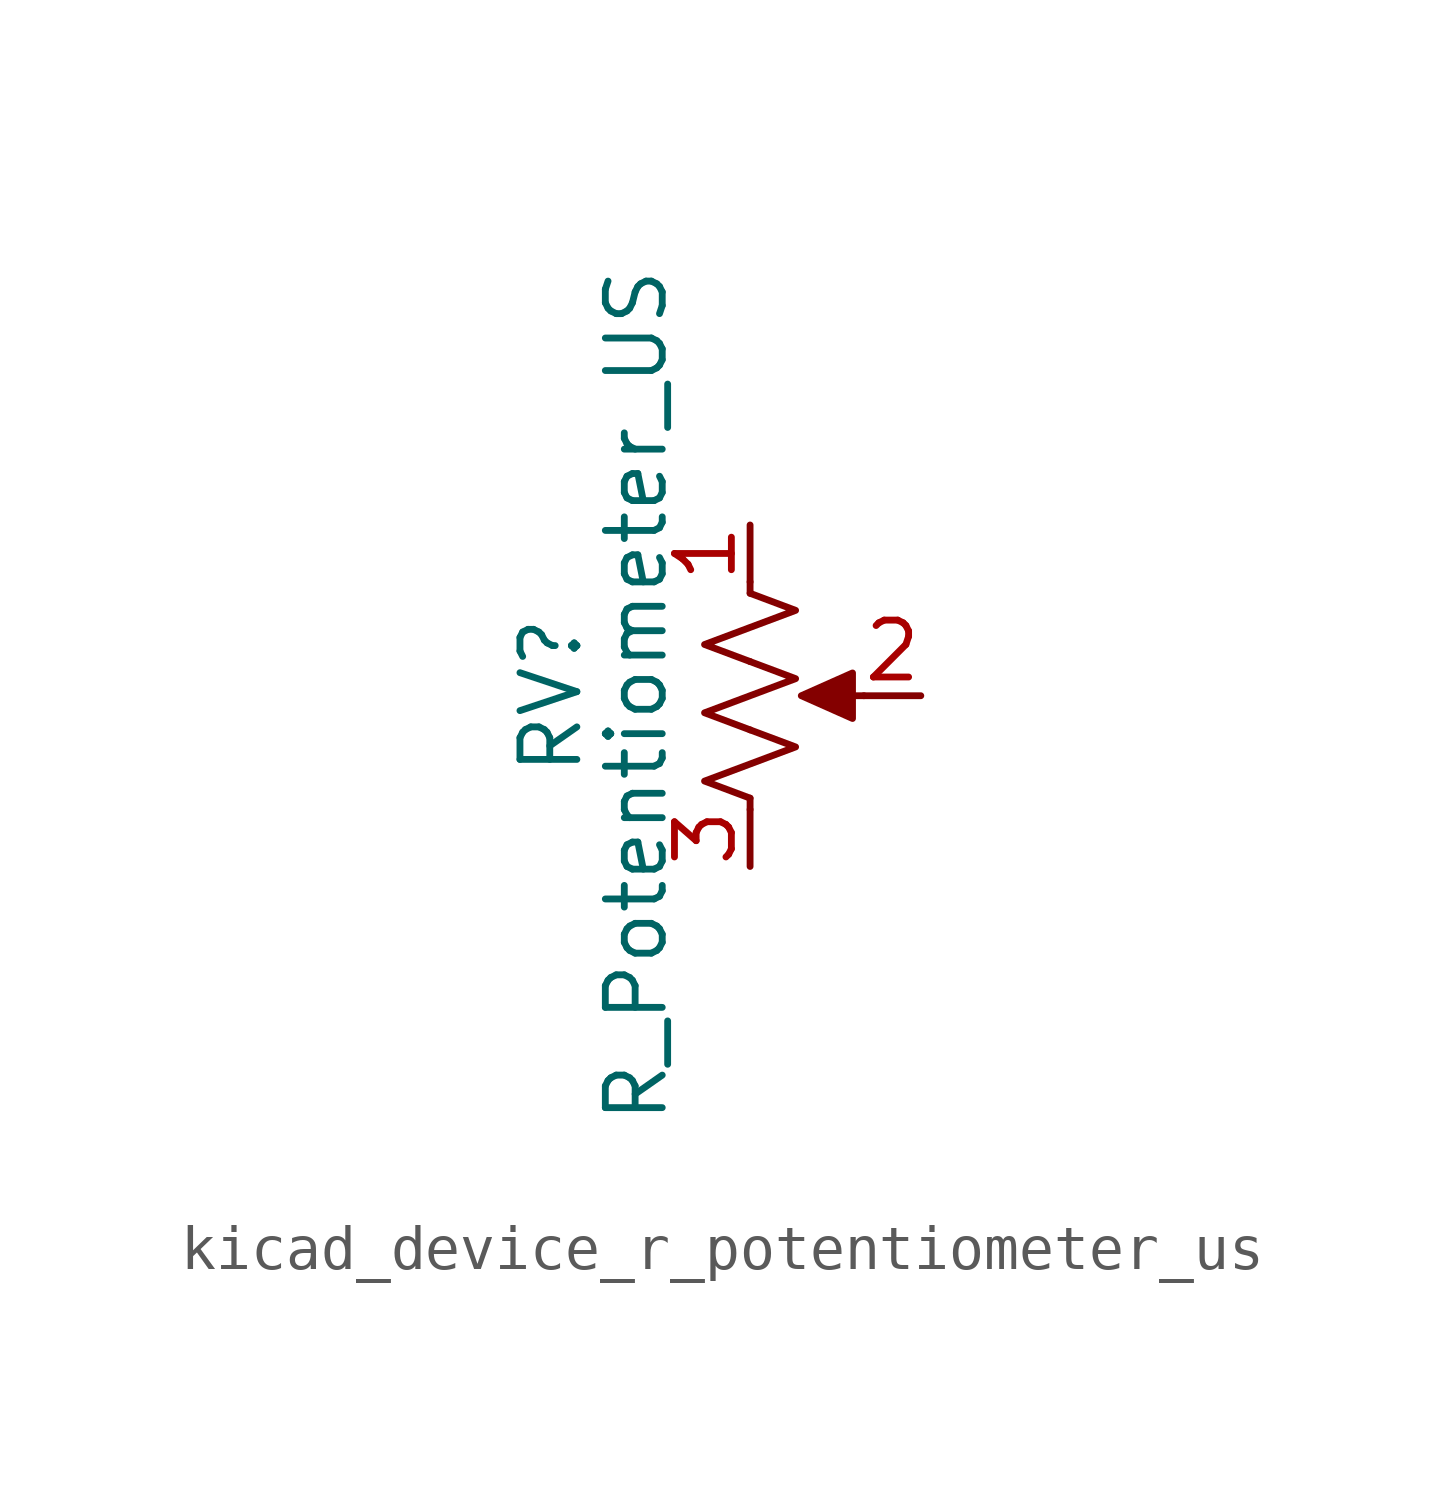
<source format=kicad_sym>
(kicad_symbol_lib
  (version 20220914)
  (generator kicad_symbol_editor)
  (symbol "kicad_device_r_potentiometer_us"
    (pin_names
      (offset 1.016) hide)
    (property "Reference" "RV"
      (at -4.445 0 90)
      (effects (font (size 1.27 1.27))))
    (property "Value" "R_Potentiometer_US"
      (at -2.54 0 90)
      (effects (font (size 1.27 1.27))))
    (symbol "kicad_device_r_potentiometer_us_0_1"
      (polyline (pts (xy 0 -2.286) (xy 0 -2.54)) (stroke (width 0) (type default)) (fill (type none)))
      (polyline (pts (xy 0 2.54) (xy 0 2.286)) (stroke (width 0) (type default)) (fill (type none)))
      (polyline (pts (xy 2.54 0) (xy 1.524 0)) (stroke (width 0) (type default)) (fill (type none)))
      (polyline (pts (xy 1.143 0) (xy 2.286 0.508) (xy 2.286 -0.508) (xy 1.143 0)) (stroke (width 0) (type default)) (fill (type outline)))
      (polyline (pts (xy 0 -0.762) (xy 1.016 -1.143) (xy 0 -1.524) (xy -1.016 -1.905) (xy 0 -2.286)) (stroke (width 0) (type default)) (fill (type none)))
      (polyline (pts (xy 0 0.762) (xy 1.016 0.381) (xy 0 0) (xy -1.016 -0.381) (xy 0 -0.762)) (stroke (width 0) (type default)) (fill (type none)))
      (polyline (pts (xy 0 2.286) (xy 1.016 1.905) (xy 0 1.524) (xy -1.016 1.143) (xy 0 0.762)) (stroke (width 0) (type default)) (fill (type none))))
    (symbol "kicad_device_r_potentiometer_us_1_1"
      (pin passive line (at 0 3.81 270) (length 1.27) (name "1" (effects (font (size 1.27 1.27)))) (number "1" (effects (font (size 1.27 1.27)))))
      (pin passive line (at 3.81 0 180) (length 1.27) (name "2" (effects (font (size 1.27 1.27)))) (number "2" (effects (font (size 1.27 1.27)))))
      (pin passive line (at 0 -3.81 90) (length 1.27) (name "3" (effects (font (size 1.27 1.27)))) (number "3" (effects (font (size 1.27 1.27))))))))
</source>
